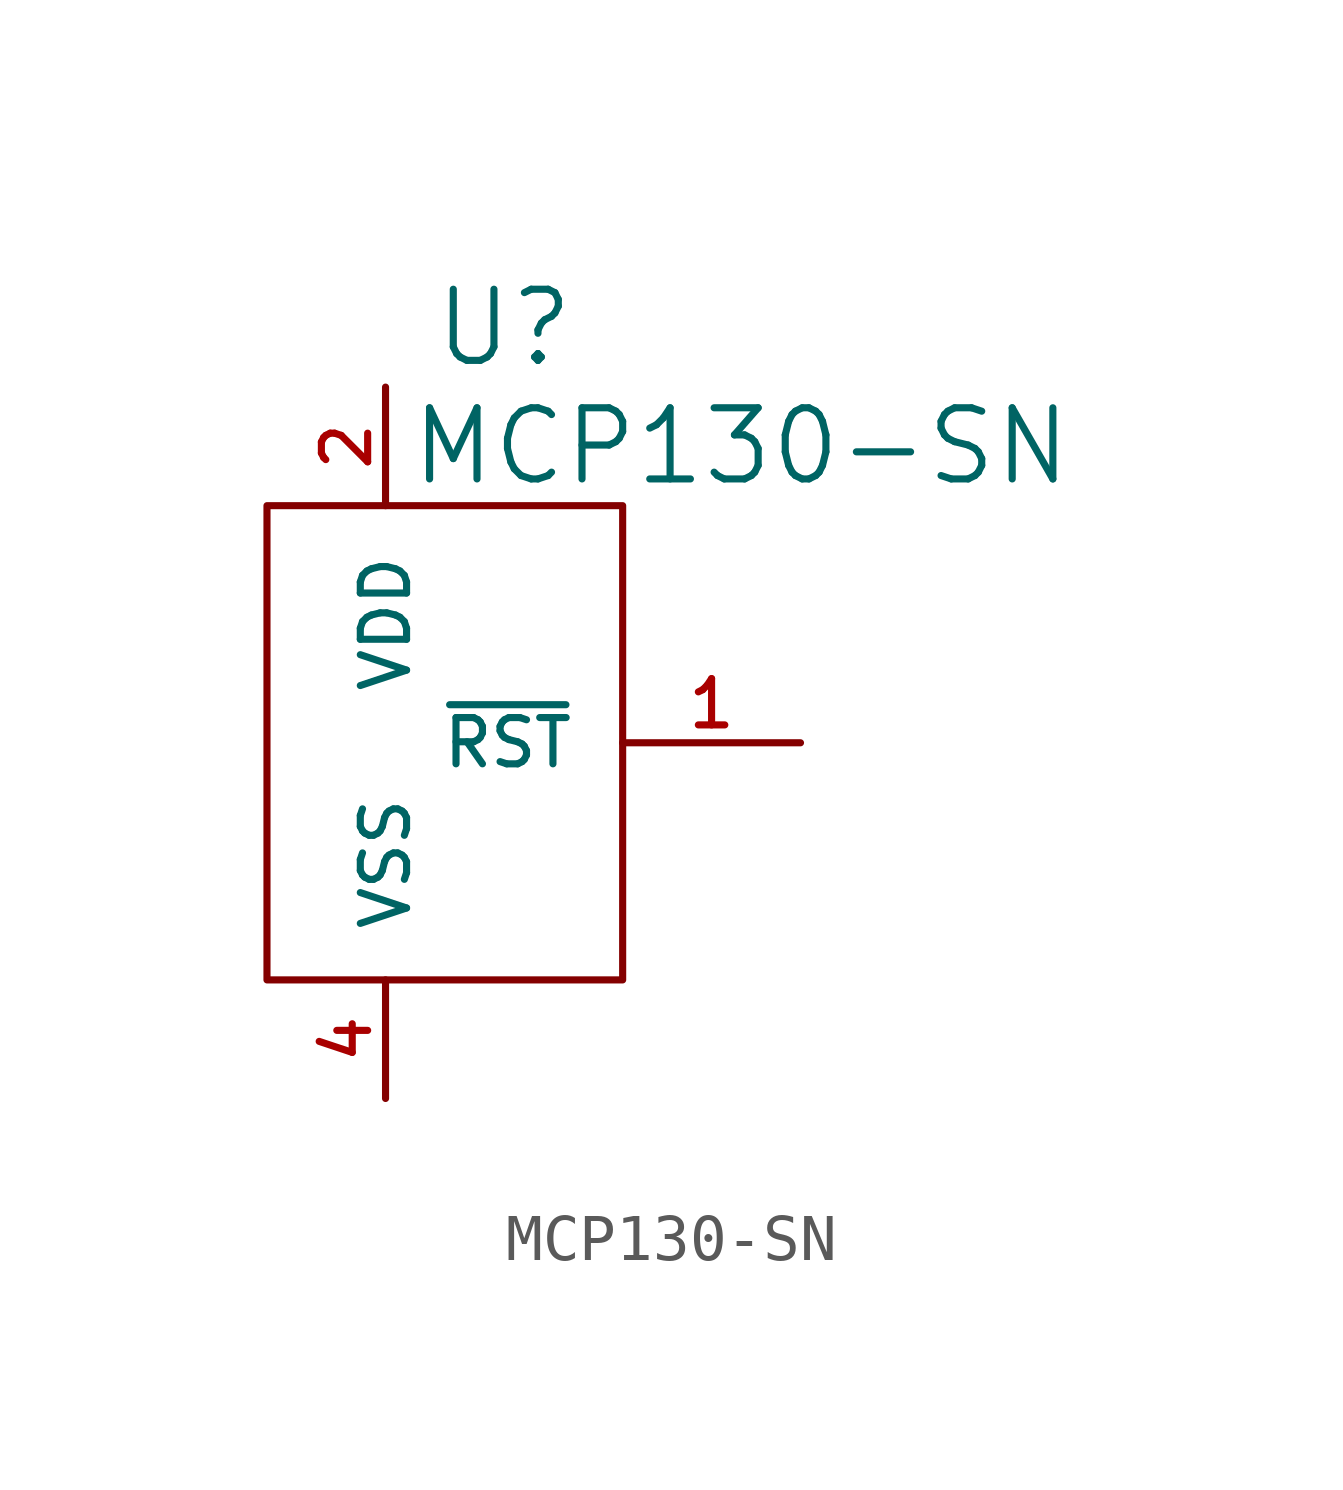
<source format=kicad_sym>
(kicad_symbol_lib
  (version 20220914)
  (generator kicad_symbol_editor)
  (symbol "MCP130-SN"
    (pin_names
      (offset 1.016))
    (property "Reference" "U"
      (at 1.27 8.89 0)
      (effects (font (size 1.524 1.524))))
    (property "Value" "MCP130-SN"
      (at 6.35 6.35 0)
      (effects (font (size 1.524 1.524))))
    (property "Footprint" ""
      (at 0 0 0)
      (effects (font (size 1.524 1.524))))
    (property "Datasheet" ""
      (at 0 0 0)
      (effects (font (size 1.524 1.524))))
    (symbol "MCP130-SN_0_1"
      (rectangle (start -3.81 5.08) (end 3.81 -5.08) (stroke (width 0) (type solid)) (fill (type none))))
    (symbol "MCP130-SN_1_1"
      (pin passive line (at 7.62 0 180) (length 3.81) (name "~{RST}" (effects (font (size 0.991 0.991)))) (number "1" (effects (font (size 0.991 0.991)))))
      (pin bidirectional line (at -1.27 7.62 270) (length 2.54) (name "VDD" (effects (font (size 0.991 0.991)))) (number "2" (effects (font (size 0.991 0.991)))))
      (pin passive line (at -1.27 -7.62 90) (length 2.54) (name "VSS" (effects (font (size 0.991 0.991)))) (number "4" (effects (font (size 0.991 0.991))))))))
</source>
